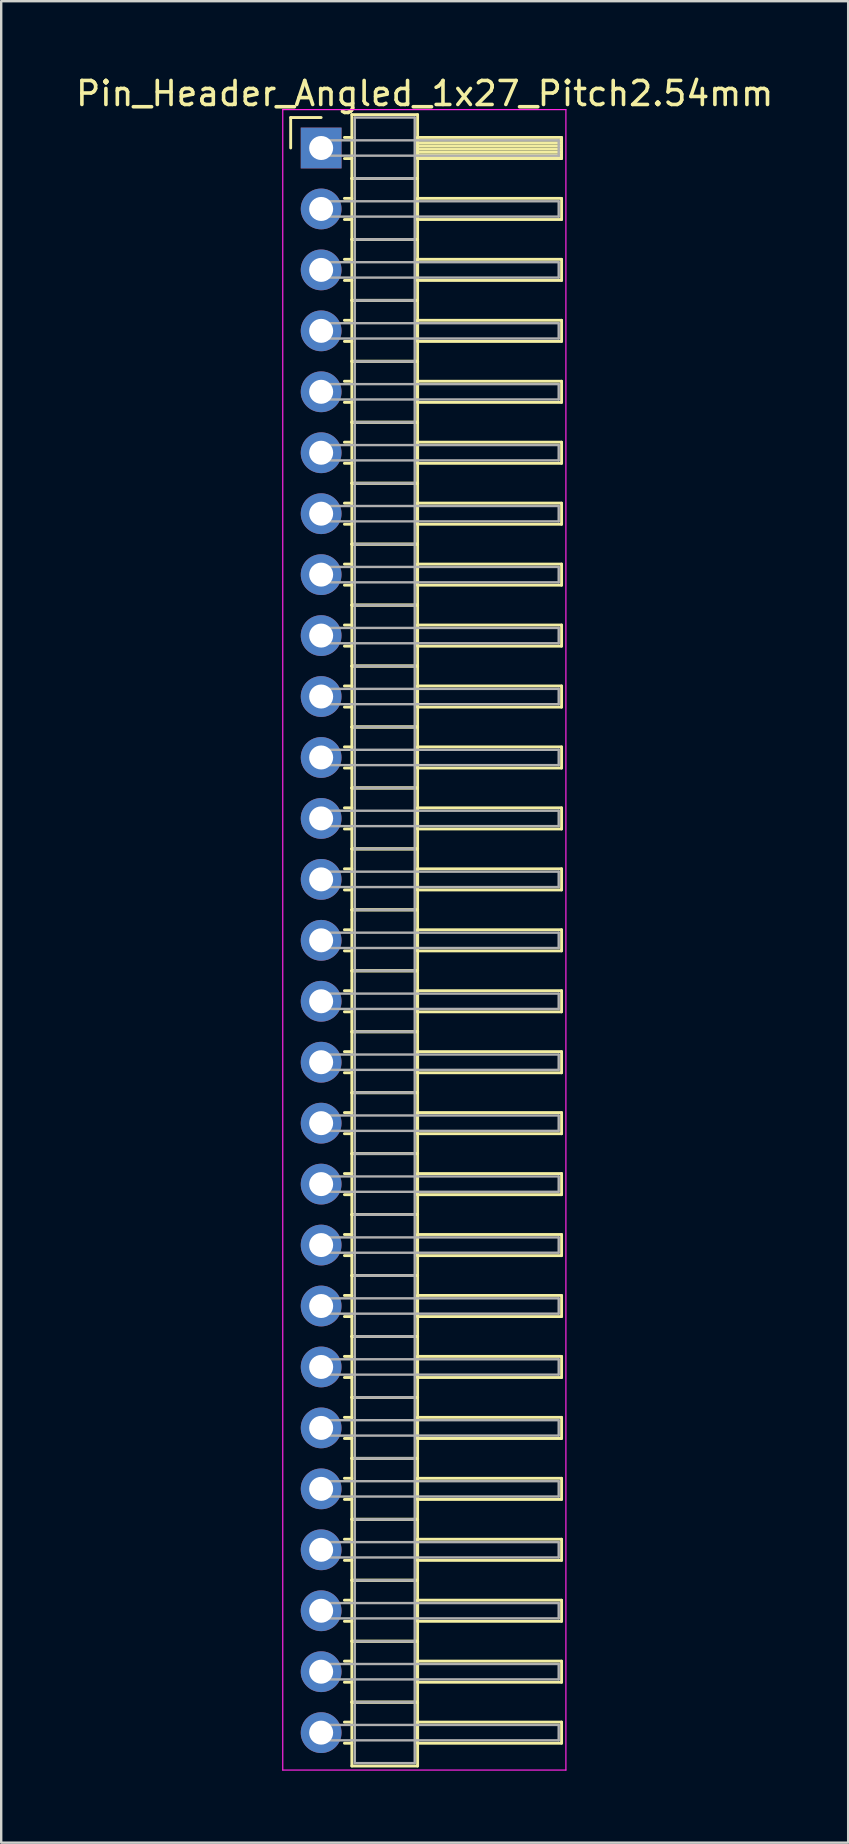
<source format=kicad_pcb>
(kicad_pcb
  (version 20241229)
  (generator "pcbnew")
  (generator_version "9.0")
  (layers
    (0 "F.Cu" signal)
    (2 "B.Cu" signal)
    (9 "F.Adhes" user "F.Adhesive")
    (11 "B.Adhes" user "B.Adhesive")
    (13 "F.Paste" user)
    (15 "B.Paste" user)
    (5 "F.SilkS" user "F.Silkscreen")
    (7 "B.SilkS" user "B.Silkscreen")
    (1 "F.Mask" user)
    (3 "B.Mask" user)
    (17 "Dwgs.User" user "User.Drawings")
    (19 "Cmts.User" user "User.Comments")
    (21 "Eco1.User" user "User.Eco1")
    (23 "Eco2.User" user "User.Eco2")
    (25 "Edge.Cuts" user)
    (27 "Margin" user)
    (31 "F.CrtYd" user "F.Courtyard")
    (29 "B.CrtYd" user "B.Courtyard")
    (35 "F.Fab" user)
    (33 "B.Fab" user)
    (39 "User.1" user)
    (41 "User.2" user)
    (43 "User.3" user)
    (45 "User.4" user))
  (footprint "Pin_Header_Angled_1x27_Pitch2.54mm"
    (layer "F.Cu")
    (at 10.334 3.118)
    (property "Reference" "Pin_Header_Angled_1x27_Pitch2.54mm" (at 4.315 -2.27 0) (layer "F.SilkS") (effects (font (size 1 1) (thickness 0.15))))
    (attr through_hole)
    (fp_line (start -1.27 -1.27) (end 0 -1.27) (stroke (width 0.12) (type solid)) (layer "F.SilkS"))
    (fp_line (start -1.27 0) (end -1.27 -1.27) (stroke (width 0.12) (type solid)) (layer "F.SilkS"))
    (fp_line (start 0.97 -0.44) (end 1.28 -0.44) (stroke (width 0.12) (type solid)) (layer "F.SilkS"))
    (fp_line (start 0.97 0.44) (end 1.28 0.44) (stroke (width 0.12) (type solid)) (layer "F.SilkS"))
    (fp_line (start 0.97 2.1) (end 1.28 2.1) (stroke (width 0.12) (type solid)) (layer "F.SilkS"))
    (fp_line (start 0.97 2.98) (end 1.28 2.98) (stroke (width 0.12) (type solid)) (layer "F.SilkS"))
    (fp_line (start 0.97 4.64) (end 1.28 4.64) (stroke (width 0.12) (type solid)) (layer "F.SilkS"))
    (fp_line (start 0.97 5.52) (end 1.28 5.52) (stroke (width 0.12) (type solid)) (layer "F.SilkS"))
    (fp_line (start 0.97 7.18) (end 1.28 7.18) (stroke (width 0.12) (type solid)) (layer "F.SilkS"))
    (fp_line (start 0.97 8.06) (end 1.28 8.06) (stroke (width 0.12) (type solid)) (layer "F.SilkS"))
    (fp_line (start 0.97 9.72) (end 1.28 9.72) (stroke (width 0.12) (type solid)) (layer "F.SilkS"))
    (fp_line (start 0.97 10.6) (end 1.28 10.6) (stroke (width 0.12) (type solid)) (layer "F.SilkS"))
    (fp_line (start 0.97 12.26) (end 1.28 12.26) (stroke (width 0.12) (type solid)) (layer "F.SilkS"))
    (fp_line (start 0.97 13.14) (end 1.28 13.14) (stroke (width 0.12) (type solid)) (layer "F.SilkS"))
    (fp_line (start 0.97 14.8) (end 1.28 14.8) (stroke (width 0.12) (type solid)) (layer "F.SilkS"))
    (fp_line (start 0.97 15.68) (end 1.28 15.68) (stroke (width 0.12) (type solid)) (layer "F.SilkS"))
    (fp_line (start 0.97 17.34) (end 1.28 17.34) (stroke (width 0.12) (type solid)) (layer "F.SilkS"))
    (fp_line (start 0.97 18.22) (end 1.28 18.22) (stroke (width 0.12) (type solid)) (layer "F.SilkS"))
    (fp_line (start 0.97 19.88) (end 1.28 19.88) (stroke (width 0.12) (type solid)) (layer "F.SilkS"))
    (fp_line (start 0.97 20.76) (end 1.28 20.76) (stroke (width 0.12) (type solid)) (layer "F.SilkS"))
    (fp_line (start 0.97 22.42) (end 1.28 22.42) (stroke (width 0.12) (type solid)) (layer "F.SilkS"))
    (fp_line (start 0.97 23.3) (end 1.28 23.3) (stroke (width 0.12) (type solid)) (layer "F.SilkS"))
    (fp_line (start 0.97 24.96) (end 1.28 24.96) (stroke (width 0.12) (type solid)) (layer "F.SilkS"))
    (fp_line (start 0.97 25.84) (end 1.28 25.84) (stroke (width 0.12) (type solid)) (layer "F.SilkS"))
    (fp_line (start 0.97 27.5) (end 1.28 27.5) (stroke (width 0.12) (type solid)) (layer "F.SilkS"))
    (fp_line (start 0.97 28.38) (end 1.28 28.38) (stroke (width 0.12) (type solid)) (layer "F.SilkS"))
    (fp_line (start 0.97 30.04) (end 1.28 30.04) (stroke (width 0.12) (type solid)) (layer "F.SilkS"))
    (fp_line (start 0.97 30.92) (end 1.28 30.92) (stroke (width 0.12) (type solid)) (layer "F.SilkS"))
    (fp_line (start 0.97 32.58) (end 1.28 32.58) (stroke (width 0.12) (type solid)) (layer "F.SilkS"))
    (fp_line (start 0.97 33.46) (end 1.28 33.46) (stroke (width 0.12) (type solid)) (layer "F.SilkS"))
    (fp_line (start 0.97 35.12) (end 1.28 35.12) (stroke (width 0.12) (type solid)) (layer "F.SilkS"))
    (fp_line (start 0.97 36) (end 1.28 36) (stroke (width 0.12) (type solid)) (layer "F.SilkS"))
    (fp_line (start 0.97 37.66) (end 1.28 37.66) (stroke (width 0.12) (type solid)) (layer "F.SilkS"))
    (fp_line (start 0.97 38.54) (end 1.28 38.54) (stroke (width 0.12) (type solid)) (layer "F.SilkS"))
    (fp_line (start 0.97 40.2) (end 1.28 40.2) (stroke (width 0.12) (type solid)) (layer "F.SilkS"))
    (fp_line (start 0.97 41.08) (end 1.28 41.08) (stroke (width 0.12) (type solid)) (layer "F.SilkS"))
    (fp_line (start 0.97 42.74) (end 1.28 42.74) (stroke (width 0.12) (type solid)) (layer "F.SilkS"))
    (fp_line (start 0.97 43.62) (end 1.28 43.62) (stroke (width 0.12) (type solid)) (layer "F.SilkS"))
    (fp_line (start 0.97 45.28) (end 1.28 45.28) (stroke (width 0.12) (type solid)) (layer "F.SilkS"))
    (fp_line (start 0.97 46.16) (end 1.28 46.16) (stroke (width 0.12) (type solid)) (layer "F.SilkS"))
    (fp_line (start 0.97 47.82) (end 1.28 47.82) (stroke (width 0.12) (type solid)) (layer "F.SilkS"))
    (fp_line (start 0.97 48.7) (end 1.28 48.7) (stroke (width 0.12) (type solid)) (layer "F.SilkS"))
    (fp_line (start 0.97 50.36) (end 1.28 50.36) (stroke (width 0.12) (type solid)) (layer "F.SilkS"))
    (fp_line (start 0.97 51.24) (end 1.28 51.24) (stroke (width 0.12) (type solid)) (layer "F.SilkS"))
    (fp_line (start 0.97 52.9) (end 1.28 52.9) (stroke (width 0.12) (type solid)) (layer "F.SilkS"))
    (fp_line (start 0.97 53.78) (end 1.28 53.78) (stroke (width 0.12) (type solid)) (layer "F.SilkS"))
    (fp_line (start 0.97 55.44) (end 1.28 55.44) (stroke (width 0.12) (type solid)) (layer "F.SilkS"))
    (fp_line (start 0.97 56.32) (end 1.28 56.32) (stroke (width 0.12) (type solid)) (layer "F.SilkS"))
    (fp_line (start 0.97 57.98) (end 1.28 57.98) (stroke (width 0.12) (type solid)) (layer "F.SilkS"))
    (fp_line (start 0.97 58.86) (end 1.28 58.86) (stroke (width 0.12) (type solid)) (layer "F.SilkS"))
    (fp_line (start 0.97 60.52) (end 1.28 60.52) (stroke (width 0.12) (type solid)) (layer "F.SilkS"))
    (fp_line (start 0.97 61.4) (end 1.28 61.4) (stroke (width 0.12) (type solid)) (layer "F.SilkS"))
    (fp_line (start 0.97 63.06) (end 1.28 63.06) (stroke (width 0.12) (type solid)) (layer "F.SilkS"))
    (fp_line (start 0.97 63.94) (end 1.28 63.94) (stroke (width 0.12) (type solid)) (layer "F.SilkS"))
    (fp_line (start 0.97 65.6) (end 1.28 65.6) (stroke (width 0.12) (type solid)) (layer "F.SilkS"))
    (fp_line (start 0.97 66.48) (end 1.28 66.48) (stroke (width 0.12) (type solid)) (layer "F.SilkS"))
    (fp_line (start 1.28 -1.39) (end 1.28 1.27) (stroke (width 0.12) (type solid)) (layer "F.SilkS"))
    (fp_line (start 1.28 1.27) (end 1.28 3.81) (stroke (width 0.12) (type solid)) (layer "F.SilkS"))
    (fp_line (start 1.28 1.27) (end 4.02 1.27) (stroke (width 0.12) (type solid)) (layer "F.SilkS"))
    (fp_line (start 1.28 3.81) (end 1.28 6.35) (stroke (width 0.12) (type solid)) (layer "F.SilkS"))
    (fp_line (start 1.28 3.81) (end 4.02 3.81) (stroke (width 0.12) (type solid)) (layer "F.SilkS"))
    (fp_line (start 1.28 6.35) (end 1.28 8.89) (stroke (width 0.12) (type solid)) (layer "F.SilkS"))
    (fp_line (start 1.28 6.35) (end 4.02 6.35) (stroke (width 0.12) (type solid)) (layer "F.SilkS"))
    (fp_line (start 1.28 8.89) (end 1.28 11.43) (stroke (width 0.12) (type solid)) (layer "F.SilkS"))
    (fp_line (start 1.28 8.89) (end 4.02 8.89) (stroke (width 0.12) (type solid)) (layer "F.SilkS"))
    (fp_line (start 1.28 11.43) (end 1.28 13.97) (stroke (width 0.12) (type solid)) (layer "F.SilkS"))
    (fp_line (start 1.28 11.43) (end 4.02 11.43) (stroke (width 0.12) (type solid)) (layer "F.SilkS"))
    (fp_line (start 1.28 13.97) (end 1.28 16.51) (stroke (width 0.12) (type solid)) (layer "F.SilkS"))
    (fp_line (start 1.28 13.97) (end 4.02 13.97) (stroke (width 0.12) (type solid)) (layer "F.SilkS"))
    (fp_line (start 1.28 16.51) (end 1.28 19.05) (stroke (width 0.12) (type solid)) (layer "F.SilkS"))
    (fp_line (start 1.28 16.51) (end 4.02 16.51) (stroke (width 0.12) (type solid)) (layer "F.SilkS"))
    (fp_line (start 1.28 19.05) (end 1.28 21.59) (stroke (width 0.12) (type solid)) (layer "F.SilkS"))
    (fp_line (start 1.28 19.05) (end 4.02 19.05) (stroke (width 0.12) (type solid)) (layer "F.SilkS"))
    (fp_line (start 1.28 21.59) (end 1.28 24.13) (stroke (width 0.12) (type solid)) (layer "F.SilkS"))
    (fp_line (start 1.28 21.59) (end 4.02 21.59) (stroke (width 0.12) (type solid)) (layer "F.SilkS"))
    (fp_line (start 1.28 24.13) (end 1.28 26.67) (stroke (width 0.12) (type solid)) (layer "F.SilkS"))
    (fp_line (start 1.28 24.13) (end 4.02 24.13) (stroke (width 0.12) (type solid)) (layer "F.SilkS"))
    (fp_line (start 1.28 26.67) (end 1.28 29.21) (stroke (width 0.12) (type solid)) (layer "F.SilkS"))
    (fp_line (start 1.28 26.67) (end 4.02 26.67) (stroke (width 0.12) (type solid)) (layer "F.SilkS"))
    (fp_line (start 1.28 29.21) (end 1.28 31.75) (stroke (width 0.12) (type solid)) (layer "F.SilkS"))
    (fp_line (start 1.28 29.21) (end 4.02 29.21) (stroke (width 0.12) (type solid)) (layer "F.SilkS"))
    (fp_line (start 1.28 31.75) (end 1.28 34.29) (stroke (width 0.12) (type solid)) (layer "F.SilkS"))
    (fp_line (start 1.28 31.75) (end 4.02 31.75) (stroke (width 0.12) (type solid)) (layer "F.SilkS"))
    (fp_line (start 1.28 34.29) (end 1.28 36.83) (stroke (width 0.12) (type solid)) (layer "F.SilkS"))
    (fp_line (start 1.28 34.29) (end 4.02 34.29) (stroke (width 0.12) (type solid)) (layer "F.SilkS"))
    (fp_line (start 1.28 36.83) (end 1.28 39.37) (stroke (width 0.12) (type solid)) (layer "F.SilkS"))
    (fp_line (start 1.28 36.83) (end 4.02 36.83) (stroke (width 0.12) (type solid)) (layer "F.SilkS"))
    (fp_line (start 1.28 39.37) (end 1.28 41.91) (stroke (width 0.12) (type solid)) (layer "F.SilkS"))
    (fp_line (start 1.28 39.37) (end 4.02 39.37) (stroke (width 0.12) (type solid)) (layer "F.SilkS"))
    (fp_line (start 1.28 41.91) (end 1.28 44.45) (stroke (width 0.12) (type solid)) (layer "F.SilkS"))
    (fp_line (start 1.28 41.91) (end 4.02 41.91) (stroke (width 0.12) (type solid)) (layer "F.SilkS"))
    (fp_line (start 1.28 44.45) (end 1.28 46.99) (stroke (width 0.12) (type solid)) (layer "F.SilkS"))
    (fp_line (start 1.28 44.45) (end 4.02 44.45) (stroke (width 0.12) (type solid)) (layer "F.SilkS"))
    (fp_line (start 1.28 46.99) (end 1.28 49.53) (stroke (width 0.12) (type solid)) (layer "F.SilkS"))
    (fp_line (start 1.28 46.99) (end 4.02 46.99) (stroke (width 0.12) (type solid)) (layer "F.SilkS"))
    (fp_line (start 1.28 49.53) (end 1.28 52.07) (stroke (width 0.12) (type solid)) (layer "F.SilkS"))
    (fp_line (start 1.28 49.53) (end 4.02 49.53) (stroke (width 0.12) (type solid)) (layer "F.SilkS"))
    (fp_line (start 1.28 52.07) (end 1.28 54.61) (stroke (width 0.12) (type solid)) (layer "F.SilkS"))
    (fp_line (start 1.28 52.07) (end 4.02 52.07) (stroke (width 0.12) (type solid)) (layer "F.SilkS"))
    (fp_line (start 1.28 54.61) (end 1.28 57.15) (stroke (width 0.12) (type solid)) (layer "F.SilkS"))
    (fp_line (start 1.28 54.61) (end 4.02 54.61) (stroke (width 0.12) (type solid)) (layer "F.SilkS"))
    (fp_line (start 1.28 57.15) (end 1.28 59.69) (stroke (width 0.12) (type solid)) (layer "F.SilkS"))
    (fp_line (start 1.28 57.15) (end 4.02 57.15) (stroke (width 0.12) (type solid)) (layer "F.SilkS"))
    (fp_line (start 1.28 59.69) (end 1.28 62.23) (stroke (width 0.12) (type solid)) (layer "F.SilkS"))
    (fp_line (start 1.28 59.69) (end 4.02 59.69) (stroke (width 0.12) (type solid)) (layer "F.SilkS"))
    (fp_line (start 1.28 62.23) (end 1.28 64.77) (stroke (width 0.12) (type solid)) (layer "F.SilkS"))
    (fp_line (start 1.28 62.23) (end 4.02 62.23) (stroke (width 0.12) (type solid)) (layer "F.SilkS"))
    (fp_line (start 1.28 64.77) (end 1.28 67.43) (stroke (width 0.12) (type solid)) (layer "F.SilkS"))
    (fp_line (start 1.28 64.77) (end 4.02 64.77) (stroke (width 0.12) (type solid)) (layer "F.SilkS"))
    (fp_line (start 1.28 67.43) (end 4.02 67.43) (stroke (width 0.12) (type solid)) (layer "F.SilkS"))
    (fp_line (start 4.02 -1.39) (end 1.28 -1.39) (stroke (width 0.12) (type solid)) (layer "F.SilkS"))
    (fp_line (start 4.02 -0.44) (end 4.02 0.44) (stroke (width 0.12) (type solid)) (layer "F.SilkS"))
    (fp_line (start 4.02 -0.32) (end 10.02 -0.32) (stroke (width 0.12) (type solid)) (layer "F.SilkS"))
    (fp_line (start 4.02 -0.2) (end 10.02 -0.2) (stroke (width 0.12) (type solid)) (layer "F.SilkS"))
    (fp_line (start 4.02 -0.08) (end 10.02 -0.08) (stroke (width 0.12) (type solid)) (layer "F.SilkS"))
    (fp_line (start 4.02 0.04) (end 10.02 0.04) (stroke (width 0.12) (type solid)) (layer "F.SilkS"))
    (fp_line (start 4.02 0.16) (end 10.02 0.16) (stroke (width 0.12) (type solid)) (layer "F.SilkS"))
    (fp_line (start 4.02 0.28) (end 10.02 0.28) (stroke (width 0.12) (type solid)) (layer "F.SilkS"))
    (fp_line (start 4.02 0.4) (end 10.02 0.4) (stroke (width 0.12) (type solid)) (layer "F.SilkS"))
    (fp_line (start 4.02 0.44) (end 10.02 0.44) (stroke (width 0.12) (type solid)) (layer "F.SilkS"))
    (fp_line (start 4.02 1.27) (end 1.28 1.27) (stroke (width 0.12) (type solid)) (layer "F.SilkS"))
    (fp_line (start 4.02 1.27) (end 4.02 -1.39) (stroke (width 0.12) (type solid)) (layer "F.SilkS"))
    (fp_line (start 4.02 2.1) (end 4.02 2.98) (stroke (width 0.12) (type solid)) (layer "F.SilkS"))
    (fp_line (start 4.02 2.98) (end 10.02 2.98) (stroke (width 0.12) (type solid)) (layer "F.SilkS"))
    (fp_line (start 4.02 3.81) (end 1.28 3.81) (stroke (width 0.12) (type solid)) (layer "F.SilkS"))
    (fp_line (start 4.02 3.81) (end 4.02 1.27) (stroke (width 0.12) (type solid)) (layer "F.SilkS"))
    (fp_line (start 4.02 4.64) (end 4.02 5.52) (stroke (width 0.12) (type solid)) (layer "F.SilkS"))
    (fp_line (start 4.02 5.52) (end 10.02 5.52) (stroke (width 0.12) (type solid)) (layer "F.SilkS"))
    (fp_line (start 4.02 6.35) (end 1.28 6.35) (stroke (width 0.12) (type solid)) (layer "F.SilkS"))
    (fp_line (start 4.02 6.35) (end 4.02 3.81) (stroke (width 0.12) (type solid)) (layer "F.SilkS"))
    (fp_line (start 4.02 7.18) (end 4.02 8.06) (stroke (width 0.12) (type solid)) (layer "F.SilkS"))
    (fp_line (start 4.02 8.06) (end 10.02 8.06) (stroke (width 0.12) (type solid)) (layer "F.SilkS"))
    (fp_line (start 4.02 8.89) (end 1.28 8.89) (stroke (width 0.12) (type solid)) (layer "F.SilkS"))
    (fp_line (start 4.02 8.89) (end 4.02 6.35) (stroke (width 0.12) (type solid)) (layer "F.SilkS"))
    (fp_line (start 4.02 9.72) (end 4.02 10.6) (stroke (width 0.12) (type solid)) (layer "F.SilkS"))
    (fp_line (start 4.02 10.6) (end 10.02 10.6) (stroke (width 0.12) (type solid)) (layer "F.SilkS"))
    (fp_line (start 4.02 11.43) (end 1.28 11.43) (stroke (width 0.12) (type solid)) (layer "F.SilkS"))
    (fp_line (start 4.02 11.43) (end 4.02 8.89) (stroke (width 0.12) (type solid)) (layer "F.SilkS"))
    (fp_line (start 4.02 12.26) (end 4.02 13.14) (stroke (width 0.12) (type solid)) (layer "F.SilkS"))
    (fp_line (start 4.02 13.14) (end 10.02 13.14) (stroke (width 0.12) (type solid)) (layer "F.SilkS"))
    (fp_line (start 4.02 13.97) (end 1.28 13.97) (stroke (width 0.12) (type solid)) (layer "F.SilkS"))
    (fp_line (start 4.02 13.97) (end 4.02 11.43) (stroke (width 0.12) (type solid)) (layer "F.SilkS"))
    (fp_line (start 4.02 14.8) (end 4.02 15.68) (stroke (width 0.12) (type solid)) (layer "F.SilkS"))
    (fp_line (start 4.02 15.68) (end 10.02 15.68) (stroke (width 0.12) (type solid)) (layer "F.SilkS"))
    (fp_line (start 4.02 16.51) (end 1.28 16.51) (stroke (width 0.12) (type solid)) (layer "F.SilkS"))
    (fp_line (start 4.02 16.51) (end 4.02 13.97) (stroke (width 0.12) (type solid)) (layer "F.SilkS"))
    (fp_line (start 4.02 17.34) (end 4.02 18.22) (stroke (width 0.12) (type solid)) (layer "F.SilkS"))
    (fp_line (start 4.02 18.22) (end 10.02 18.22) (stroke (width 0.12) (type solid)) (layer "F.SilkS"))
    (fp_line (start 4.02 19.05) (end 1.28 19.05) (stroke (width 0.12) (type solid)) (layer "F.SilkS"))
    (fp_line (start 4.02 19.05) (end 4.02 16.51) (stroke (width 0.12) (type solid)) (layer "F.SilkS"))
    (fp_line (start 4.02 19.88) (end 4.02 20.76) (stroke (width 0.12) (type solid)) (layer "F.SilkS"))
    (fp_line (start 4.02 20.76) (end 10.02 20.76) (stroke (width 0.12) (type solid)) (layer "F.SilkS"))
    (fp_line (start 4.02 21.59) (end 1.28 21.59) (stroke (width 0.12) (type solid)) (layer "F.SilkS"))
    (fp_line (start 4.02 21.59) (end 4.02 19.05) (stroke (width 0.12) (type solid)) (layer "F.SilkS"))
    (fp_line (start 4.02 22.42) (end 4.02 23.3) (stroke (width 0.12) (type solid)) (layer "F.SilkS"))
    (fp_line (start 4.02 23.3) (end 10.02 23.3) (stroke (width 0.12) (type solid)) (layer "F.SilkS"))
    (fp_line (start 4.02 24.13) (end 1.28 24.13) (stroke (width 0.12) (type solid)) (layer "F.SilkS"))
    (fp_line (start 4.02 24.13) (end 4.02 21.59) (stroke (width 0.12) (type solid)) (layer "F.SilkS"))
    (fp_line (start 4.02 24.96) (end 4.02 25.84) (stroke (width 0.12) (type solid)) (layer "F.SilkS"))
    (fp_line (start 4.02 25.84) (end 10.02 25.84) (stroke (width 0.12) (type solid)) (layer "F.SilkS"))
    (fp_line (start 4.02 26.67) (end 1.28 26.67) (stroke (width 0.12) (type solid)) (layer "F.SilkS"))
    (fp_line (start 4.02 26.67) (end 4.02 24.13) (stroke (width 0.12) (type solid)) (layer "F.SilkS"))
    (fp_line (start 4.02 27.5) (end 4.02 28.38) (stroke (width 0.12) (type solid)) (layer "F.SilkS"))
    (fp_line (start 4.02 28.38) (end 10.02 28.38) (stroke (width 0.12) (type solid)) (layer "F.SilkS"))
    (fp_line (start 4.02 29.21) (end 1.28 29.21) (stroke (width 0.12) (type solid)) (layer "F.SilkS"))
    (fp_line (start 4.02 29.21) (end 4.02 26.67) (stroke (width 0.12) (type solid)) (layer "F.SilkS"))
    (fp_line (start 4.02 30.04) (end 4.02 30.92) (stroke (width 0.12) (type solid)) (layer "F.SilkS"))
    (fp_line (start 4.02 30.92) (end 10.02 30.92) (stroke (width 0.12) (type solid)) (layer "F.SilkS"))
    (fp_line (start 4.02 31.75) (end 1.28 31.75) (stroke (width 0.12) (type solid)) (layer "F.SilkS"))
    (fp_line (start 4.02 31.75) (end 4.02 29.21) (stroke (width 0.12) (type solid)) (layer "F.SilkS"))
    (fp_line (start 4.02 32.58) (end 4.02 33.46) (stroke (width 0.12) (type solid)) (layer "F.SilkS"))
    (fp_line (start 4.02 33.46) (end 10.02 33.46) (stroke (width 0.12) (type solid)) (layer "F.SilkS"))
    (fp_line (start 4.02 34.29) (end 1.28 34.29) (stroke (width 0.12) (type solid)) (layer "F.SilkS"))
    (fp_line (start 4.02 34.29) (end 4.02 31.75) (stroke (width 0.12) (type solid)) (layer "F.SilkS"))
    (fp_line (start 4.02 35.12) (end 4.02 36) (stroke (width 0.12) (type solid)) (layer "F.SilkS"))
    (fp_line (start 4.02 36) (end 10.02 36) (stroke (width 0.12) (type solid)) (layer "F.SilkS"))
    (fp_line (start 4.02 36.83) (end 1.28 36.83) (stroke (width 0.12) (type solid)) (layer "F.SilkS"))
    (fp_line (start 4.02 36.83) (end 4.02 34.29) (stroke (width 0.12) (type solid)) (layer "F.SilkS"))
    (fp_line (start 4.02 37.66) (end 4.02 38.54) (stroke (width 0.12) (type solid)) (layer "F.SilkS"))
    (fp_line (start 4.02 38.54) (end 10.02 38.54) (stroke (width 0.12) (type solid)) (layer "F.SilkS"))
    (fp_line (start 4.02 39.37) (end 1.28 39.37) (stroke (width 0.12) (type solid)) (layer "F.SilkS"))
    (fp_line (start 4.02 39.37) (end 4.02 36.83) (stroke (width 0.12) (type solid)) (layer "F.SilkS"))
    (fp_line (start 4.02 40.2) (end 4.02 41.08) (stroke (width 0.12) (type solid)) (layer "F.SilkS"))
    (fp_line (start 4.02 41.08) (end 10.02 41.08) (stroke (width 0.12) (type solid)) (layer "F.SilkS"))
    (fp_line (start 4.02 41.91) (end 1.28 41.91) (stroke (width 0.12) (type solid)) (layer "F.SilkS"))
    (fp_line (start 4.02 41.91) (end 4.02 39.37) (stroke (width 0.12) (type solid)) (layer "F.SilkS"))
    (fp_line (start 4.02 42.74) (end 4.02 43.62) (stroke (width 0.12) (type solid)) (layer "F.SilkS"))
    (fp_line (start 4.02 43.62) (end 10.02 43.62) (stroke (width 0.12) (type solid)) (layer "F.SilkS"))
    (fp_line (start 4.02 44.45) (end 1.28 44.45) (stroke (width 0.12) (type solid)) (layer "F.SilkS"))
    (fp_line (start 4.02 44.45) (end 4.02 41.91) (stroke (width 0.12) (type solid)) (layer "F.SilkS"))
    (fp_line (start 4.02 45.28) (end 4.02 46.16) (stroke (width 0.12) (type solid)) (layer "F.SilkS"))
    (fp_line (start 4.02 46.16) (end 10.02 46.16) (stroke (width 0.12) (type solid)) (layer "F.SilkS"))
    (fp_line (start 4.02 46.99) (end 1.28 46.99) (stroke (width 0.12) (type solid)) (layer "F.SilkS"))
    (fp_line (start 4.02 46.99) (end 4.02 44.45) (stroke (width 0.12) (type solid)) (layer "F.SilkS"))
    (fp_line (start 4.02 47.82) (end 4.02 48.7) (stroke (width 0.12) (type solid)) (layer "F.SilkS"))
    (fp_line (start 4.02 48.7) (end 10.02 48.7) (stroke (width 0.12) (type solid)) (layer "F.SilkS"))
    (fp_line (start 4.02 49.53) (end 1.28 49.53) (stroke (width 0.12) (type solid)) (layer "F.SilkS"))
    (fp_line (start 4.02 49.53) (end 4.02 46.99) (stroke (width 0.12) (type solid)) (layer "F.SilkS"))
    (fp_line (start 4.02 50.36) (end 4.02 51.24) (stroke (width 0.12) (type solid)) (layer "F.SilkS"))
    (fp_line (start 4.02 51.24) (end 10.02 51.24) (stroke (width 0.12) (type solid)) (layer "F.SilkS"))
    (fp_line (start 4.02 52.07) (end 1.28 52.07) (stroke (width 0.12) (type solid)) (layer "F.SilkS"))
    (fp_line (start 4.02 52.07) (end 4.02 49.53) (stroke (width 0.12) (type solid)) (layer "F.SilkS"))
    (fp_line (start 4.02 52.9) (end 4.02 53.78) (stroke (width 0.12) (type solid)) (layer "F.SilkS"))
    (fp_line (start 4.02 53.78) (end 10.02 53.78) (stroke (width 0.12) (type solid)) (layer "F.SilkS"))
    (fp_line (start 4.02 54.61) (end 1.28 54.61) (stroke (width 0.12) (type solid)) (layer "F.SilkS"))
    (fp_line (start 4.02 54.61) (end 4.02 52.07) (stroke (width 0.12) (type solid)) (layer "F.SilkS"))
    (fp_line (start 4.02 55.44) (end 4.02 56.32) (stroke (width 0.12) (type solid)) (layer "F.SilkS"))
    (fp_line (start 4.02 56.32) (end 10.02 56.32) (stroke (width 0.12) (type solid)) (layer "F.SilkS"))
    (fp_line (start 4.02 57.15) (end 1.28 57.15) (stroke (width 0.12) (type solid)) (layer "F.SilkS"))
    (fp_line (start 4.02 57.15) (end 4.02 54.61) (stroke (width 0.12) (type solid)) (layer "F.SilkS"))
    (fp_line (start 4.02 57.98) (end 4.02 58.86) (stroke (width 0.12) (type solid)) (layer "F.SilkS"))
    (fp_line (start 4.02 58.86) (end 10.02 58.86) (stroke (width 0.12) (type solid)) (layer "F.SilkS"))
    (fp_line (start 4.02 59.69) (end 1.28 59.69) (stroke (width 0.12) (type solid)) (layer "F.SilkS"))
    (fp_line (start 4.02 59.69) (end 4.02 57.15) (stroke (width 0.12) (type solid)) (layer "F.SilkS"))
    (fp_line (start 4.02 60.52) (end 4.02 61.4) (stroke (width 0.12) (type solid)) (layer "F.SilkS"))
    (fp_line (start 4.02 61.4) (end 10.02 61.4) (stroke (width 0.12) (type solid)) (layer "F.SilkS"))
    (fp_line (start 4.02 62.23) (end 1.28 62.23) (stroke (width 0.12) (type solid)) (layer "F.SilkS"))
    (fp_line (start 4.02 62.23) (end 4.02 59.69) (stroke (width 0.12) (type solid)) (layer "F.SilkS"))
    (fp_line (start 4.02 63.06) (end 4.02 63.94) (stroke (width 0.12) (type solid)) (layer "F.SilkS"))
    (fp_line (start 4.02 63.94) (end 10.02 63.94) (stroke (width 0.12) (type solid)) (layer "F.SilkS"))
    (fp_line (start 4.02 64.77) (end 1.28 64.77) (stroke (width 0.12) (type solid)) (layer "F.SilkS"))
    (fp_line (start 4.02 64.77) (end 4.02 62.23) (stroke (width 0.12) (type solid)) (layer "F.SilkS"))
    (fp_line (start 4.02 65.6) (end 4.02 66.48) (stroke (width 0.12) (type solid)) (layer "F.SilkS"))
    (fp_line (start 4.02 66.48) (end 10.02 66.48) (stroke (width 0.12) (type solid)) (layer "F.SilkS"))
    (fp_line (start 4.02 67.43) (end 4.02 64.77) (stroke (width 0.12) (type solid)) (layer "F.SilkS"))
    (fp_line (start 10.02 -0.44) (end 4.02 -0.44) (stroke (width 0.12) (type solid)) (layer "F.SilkS"))
    (fp_line (start 10.02 0.44) (end 10.02 -0.44) (stroke (width 0.12) (type solid)) (layer "F.SilkS"))
    (fp_line (start 10.02 2.1) (end 4.02 2.1) (stroke (width 0.12) (type solid)) (layer "F.SilkS"))
    (fp_line (start 10.02 2.98) (end 10.02 2.1) (stroke (width 0.12) (type solid)) (layer "F.SilkS"))
    (fp_line (start 10.02 4.64) (end 4.02 4.64) (stroke (width 0.12) (type solid)) (layer "F.SilkS"))
    (fp_line (start 10.02 5.52) (end 10.02 4.64) (stroke (width 0.12) (type solid)) (layer "F.SilkS"))
    (fp_line (start 10.02 7.18) (end 4.02 7.18) (stroke (width 0.12) (type solid)) (layer "F.SilkS"))
    (fp_line (start 10.02 8.06) (end 10.02 7.18) (stroke (width 0.12) (type solid)) (layer "F.SilkS"))
    (fp_line (start 10.02 9.72) (end 4.02 9.72) (stroke (width 0.12) (type solid)) (layer "F.SilkS"))
    (fp_line (start 10.02 10.6) (end 10.02 9.72) (stroke (width 0.12) (type solid)) (layer "F.SilkS"))
    (fp_line (start 10.02 12.26) (end 4.02 12.26) (stroke (width 0.12) (type solid)) (layer "F.SilkS"))
    (fp_line (start 10.02 13.14) (end 10.02 12.26) (stroke (width 0.12) (type solid)) (layer "F.SilkS"))
    (fp_line (start 10.02 14.8) (end 4.02 14.8) (stroke (width 0.12) (type solid)) (layer "F.SilkS"))
    (fp_line (start 10.02 15.68) (end 10.02 14.8) (stroke (width 0.12) (type solid)) (layer "F.SilkS"))
    (fp_line (start 10.02 17.34) (end 4.02 17.34) (stroke (width 0.12) (type solid)) (layer "F.SilkS"))
    (fp_line (start 10.02 18.22) (end 10.02 17.34) (stroke (width 0.12) (type solid)) (layer "F.SilkS"))
    (fp_line (start 10.02 19.88) (end 4.02 19.88) (stroke (width 0.12) (type solid)) (layer "F.SilkS"))
    (fp_line (start 10.02 20.76) (end 10.02 19.88) (stroke (width 0.12) (type solid)) (layer "F.SilkS"))
    (fp_line (start 10.02 22.42) (end 4.02 22.42) (stroke (width 0.12) (type solid)) (layer "F.SilkS"))
    (fp_line (start 10.02 23.3) (end 10.02 22.42) (stroke (width 0.12) (type solid)) (layer "F.SilkS"))
    (fp_line (start 10.02 24.96) (end 4.02 24.96) (stroke (width 0.12) (type solid)) (layer "F.SilkS"))
    (fp_line (start 10.02 25.84) (end 10.02 24.96) (stroke (width 0.12) (type solid)) (layer "F.SilkS"))
    (fp_line (start 10.02 27.5) (end 4.02 27.5) (stroke (width 0.12) (type solid)) (layer "F.SilkS"))
    (fp_line (start 10.02 28.38) (end 10.02 27.5) (stroke (width 0.12) (type solid)) (layer "F.SilkS"))
    (fp_line (start 10.02 30.04) (end 4.02 30.04) (stroke (width 0.12) (type solid)) (layer "F.SilkS"))
    (fp_line (start 10.02 30.92) (end 10.02 30.04) (stroke (width 0.12) (type solid)) (layer "F.SilkS"))
    (fp_line (start 10.02 32.58) (end 4.02 32.58) (stroke (width 0.12) (type solid)) (layer "F.SilkS"))
    (fp_line (start 10.02 33.46) (end 10.02 32.58) (stroke (width 0.12) (type solid)) (layer "F.SilkS"))
    (fp_line (start 10.02 35.12) (end 4.02 35.12) (stroke (width 0.12) (type solid)) (layer "F.SilkS"))
    (fp_line (start 10.02 36) (end 10.02 35.12) (stroke (width 0.12) (type solid)) (layer "F.SilkS"))
    (fp_line (start 10.02 37.66) (end 4.02 37.66) (stroke (width 0.12) (type solid)) (layer "F.SilkS"))
    (fp_line (start 10.02 38.54) (end 10.02 37.66) (stroke (width 0.12) (type solid)) (layer "F.SilkS"))
    (fp_line (start 10.02 40.2) (end 4.02 40.2) (stroke (width 0.12) (type solid)) (layer "F.SilkS"))
    (fp_line (start 10.02 41.08) (end 10.02 40.2) (stroke (width 0.12) (type solid)) (layer "F.SilkS"))
    (fp_line (start 10.02 42.74) (end 4.02 42.74) (stroke (width 0.12) (type solid)) (layer "F.SilkS"))
    (fp_line (start 10.02 43.62) (end 10.02 42.74) (stroke (width 0.12) (type solid)) (layer "F.SilkS"))
    (fp_line (start 10.02 45.28) (end 4.02 45.28) (stroke (width 0.12) (type solid)) (layer "F.SilkS"))
    (fp_line (start 10.02 46.16) (end 10.02 45.28) (stroke (width 0.12) (type solid)) (layer "F.SilkS"))
    (fp_line (start 10.02 47.82) (end 4.02 47.82) (stroke (width 0.12) (type solid)) (layer "F.SilkS"))
    (fp_line (start 10.02 48.7) (end 10.02 47.82) (stroke (width 0.12) (type solid)) (layer "F.SilkS"))
    (fp_line (start 10.02 50.36) (end 4.02 50.36) (stroke (width 0.12) (type solid)) (layer "F.SilkS"))
    (fp_line (start 10.02 51.24) (end 10.02 50.36) (stroke (width 0.12) (type solid)) (layer "F.SilkS"))
    (fp_line (start 10.02 52.9) (end 4.02 52.9) (stroke (width 0.12) (type solid)) (layer "F.SilkS"))
    (fp_line (start 10.02 53.78) (end 10.02 52.9) (stroke (width 0.12) (type solid)) (layer "F.SilkS"))
    (fp_line (start 10.02 55.44) (end 4.02 55.44) (stroke (width 0.12) (type solid)) (layer "F.SilkS"))
    (fp_line (start 10.02 56.32) (end 10.02 55.44) (stroke (width 0.12) (type solid)) (layer "F.SilkS"))
    (fp_line (start 10.02 57.98) (end 4.02 57.98) (stroke (width 0.12) (type solid)) (layer "F.SilkS"))
    (fp_line (start 10.02 58.86) (end 10.02 57.98) (stroke (width 0.12) (type solid)) (layer "F.SilkS"))
    (fp_line (start 10.02 60.52) (end 4.02 60.52) (stroke (width 0.12) (type solid)) (layer "F.SilkS"))
    (fp_line (start 10.02 61.4) (end 10.02 60.52) (stroke (width 0.12) (type solid)) (layer "F.SilkS"))
    (fp_line (start 10.02 63.06) (end 4.02 63.06) (stroke (width 0.12) (type solid)) (layer "F.SilkS"))
    (fp_line (start 10.02 63.94) (end 10.02 63.06) (stroke (width 0.12) (type solid)) (layer "F.SilkS"))
    (fp_line (start 10.02 65.6) (end 4.02 65.6) (stroke (width 0.12) (type solid)) (layer "F.SilkS"))
    (fp_line (start 10.02 66.48) (end 10.02 65.6) (stroke (width 0.12) (type solid)) (layer "F.SilkS"))
    (fp_line (start -1.6 -1.6) (end -1.6 67.6) (stroke (width 0.05) (type solid)) (layer "F.CrtYd"))
    (fp_line (start -1.6 67.6) (end 10.2 67.6) (stroke (width 0.05) (type solid)) (layer "F.CrtYd"))
    (fp_line (start 10.2 -1.6) (end -1.6 -1.6) (stroke (width 0.05) (type solid)) (layer "F.CrtYd"))
    (fp_line (start 10.2 67.6) (end 10.2 -1.6) (stroke (width 0.05) (type solid)) (layer "F.CrtYd"))
    (fp_line (start 0 -0.32) (end 0 0.32) (stroke (width 0.1) (type solid)) (layer "F.Fab"))
    (fp_line (start 0 0.32) (end 9.9 0.32) (stroke (width 0.1) (type solid)) (layer "F.Fab"))
    (fp_line (start 0 2.22) (end 0 2.86) (stroke (width 0.1) (type solid)) (layer "F.Fab"))
    (fp_line (start 0 2.86) (end 9.9 2.86) (stroke (width 0.1) (type solid)) (layer "F.Fab"))
    (fp_line (start 0 4.76) (end 0 5.4) (stroke (width 0.1) (type solid)) (layer "F.Fab"))
    (fp_line (start 0 5.4) (end 9.9 5.4) (stroke (width 0.1) (type solid)) (layer "F.Fab"))
    (fp_line (start 0 7.3) (end 0 7.94) (stroke (width 0.1) (type solid)) (layer "F.Fab"))
    (fp_line (start 0 7.94) (end 9.9 7.94) (stroke (width 0.1) (type solid)) (layer "F.Fab"))
    (fp_line (start 0 9.84) (end 0 10.48) (stroke (width 0.1) (type solid)) (layer "F.Fab"))
    (fp_line (start 0 10.48) (end 9.9 10.48) (stroke (width 0.1) (type solid)) (layer "F.Fab"))
    (fp_line (start 0 12.38) (end 0 13.02) (stroke (width 0.1) (type solid)) (layer "F.Fab"))
    (fp_line (start 0 13.02) (end 9.9 13.02) (stroke (width 0.1) (type solid)) (layer "F.Fab"))
    (fp_line (start 0 14.92) (end 0 15.56) (stroke (width 0.1) (type solid)) (layer "F.Fab"))
    (fp_line (start 0 15.56) (end 9.9 15.56) (stroke (width 0.1) (type solid)) (layer "F.Fab"))
    (fp_line (start 0 17.46) (end 0 18.1) (stroke (width 0.1) (type solid)) (layer "F.Fab"))
    (fp_line (start 0 18.1) (end 9.9 18.1) (stroke (width 0.1) (type solid)) (layer "F.Fab"))
    (fp_line (start 0 20) (end 0 20.64) (stroke (width 0.1) (type solid)) (layer "F.Fab"))
    (fp_line (start 0 20.64) (end 9.9 20.64) (stroke (width 0.1) (type solid)) (layer "F.Fab"))
    (fp_line (start 0 22.54) (end 0 23.18) (stroke (width 0.1) (type solid)) (layer "F.Fab"))
    (fp_line (start 0 23.18) (end 9.9 23.18) (stroke (width 0.1) (type solid)) (layer "F.Fab"))
    (fp_line (start 0 25.08) (end 0 25.72) (stroke (width 0.1) (type solid)) (layer "F.Fab"))
    (fp_line (start 0 25.72) (end 9.9 25.72) (stroke (width 0.1) (type solid)) (layer "F.Fab"))
    (fp_line (start 0 27.62) (end 0 28.26) (stroke (width 0.1) (type solid)) (layer "F.Fab"))
    (fp_line (start 0 28.26) (end 9.9 28.26) (stroke (width 0.1) (type solid)) (layer "F.Fab"))
    (fp_line (start 0 30.16) (end 0 30.8) (stroke (width 0.1) (type solid)) (layer "F.Fab"))
    (fp_line (start 0 30.8) (end 9.9 30.8) (stroke (width 0.1) (type solid)) (layer "F.Fab"))
    (fp_line (start 0 32.7) (end 0 33.34) (stroke (width 0.1) (type solid)) (layer "F.Fab"))
    (fp_line (start 0 33.34) (end 9.9 33.34) (stroke (width 0.1) (type solid)) (layer "F.Fab"))
    (fp_line (start 0 35.24) (end 0 35.88) (stroke (width 0.1) (type solid)) (layer "F.Fab"))
    (fp_line (start 0 35.88) (end 9.9 35.88) (stroke (width 0.1) (type solid)) (layer "F.Fab"))
    (fp_line (start 0 37.78) (end 0 38.42) (stroke (width 0.1) (type solid)) (layer "F.Fab"))
    (fp_line (start 0 38.42) (end 9.9 38.42) (stroke (width 0.1) (type solid)) (layer "F.Fab"))
    (fp_line (start 0 40.32) (end 0 40.96) (stroke (width 0.1) (type solid)) (layer "F.Fab"))
    (fp_line (start 0 40.96) (end 9.9 40.96) (stroke (width 0.1) (type solid)) (layer "F.Fab"))
    (fp_line (start 0 42.86) (end 0 43.5) (stroke (width 0.1) (type solid)) (layer "F.Fab"))
    (fp_line (start 0 43.5) (end 9.9 43.5) (stroke (width 0.1) (type solid)) (layer "F.Fab"))
    (fp_line (start 0 45.4) (end 0 46.04) (stroke (width 0.1) (type solid)) (layer "F.Fab"))
    (fp_line (start 0 46.04) (end 9.9 46.04) (stroke (width 0.1) (type solid)) (layer "F.Fab"))
    (fp_line (start 0 47.94) (end 0 48.58) (stroke (width 0.1) (type solid)) (layer "F.Fab"))
    (fp_line (start 0 48.58) (end 9.9 48.58) (stroke (width 0.1) (type solid)) (layer "F.Fab"))
    (fp_line (start 0 50.48) (end 0 51.12) (stroke (width 0.1) (type solid)) (layer "F.Fab"))
    (fp_line (start 0 51.12) (end 9.9 51.12) (stroke (width 0.1) (type solid)) (layer "F.Fab"))
    (fp_line (start 0 53.02) (end 0 53.66) (stroke (width 0.1) (type solid)) (layer "F.Fab"))
    (fp_line (start 0 53.66) (end 9.9 53.66) (stroke (width 0.1) (type solid)) (layer "F.Fab"))
    (fp_line (start 0 55.56) (end 0 56.2) (stroke (width 0.1) (type solid)) (layer "F.Fab"))
    (fp_line (start 0 56.2) (end 9.9 56.2) (stroke (width 0.1) (type solid)) (layer "F.Fab"))
    (fp_line (start 0 58.1) (end 0 58.74) (stroke (width 0.1) (type solid)) (layer "F.Fab"))
    (fp_line (start 0 58.74) (end 9.9 58.74) (stroke (width 0.1) (type solid)) (layer "F.Fab"))
    (fp_line (start 0 60.64) (end 0 61.28) (stroke (width 0.1) (type solid)) (layer "F.Fab"))
    (fp_line (start 0 61.28) (end 9.9 61.28) (stroke (width 0.1) (type solid)) (layer "F.Fab"))
    (fp_line (start 0 63.18) (end 0 63.82) (stroke (width 0.1) (type solid)) (layer "F.Fab"))
    (fp_line (start 0 63.82) (end 9.9 63.82) (stroke (width 0.1) (type solid)) (layer "F.Fab"))
    (fp_line (start 0 65.72) (end 0 66.36) (stroke (width 0.1) (type solid)) (layer "F.Fab"))
    (fp_line (start 0 66.36) (end 9.9 66.36) (stroke (width 0.1) (type solid)) (layer "F.Fab"))
    (fp_line (start 1.4 -1.27) (end 1.4 1.27) (stroke (width 0.1) (type solid)) (layer "F.Fab"))
    (fp_line (start 1.4 1.27) (end 1.4 3.81) (stroke (width 0.1) (type solid)) (layer "F.Fab"))
    (fp_line (start 1.4 1.27) (end 3.9 1.27) (stroke (width 0.1) (type solid)) (layer "F.Fab"))
    (fp_line (start 1.4 3.81) (end 1.4 6.35) (stroke (width 0.1) (type solid)) (layer "F.Fab"))
    (fp_line (start 1.4 3.81) (end 3.9 3.81) (stroke (width 0.1) (type solid)) (layer "F.Fab"))
    (fp_line (start 1.4 6.35) (end 1.4 8.89) (stroke (width 0.1) (type solid)) (layer "F.Fab"))
    (fp_line (start 1.4 6.35) (end 3.9 6.35) (stroke (width 0.1) (type solid)) (layer "F.Fab"))
    (fp_line (start 1.4 8.89) (end 1.4 11.43) (stroke (width 0.1) (type solid)) (layer "F.Fab"))
    (fp_line (start 1.4 8.89) (end 3.9 8.89) (stroke (width 0.1) (type solid)) (layer "F.Fab"))
    (fp_line (start 1.4 11.43) (end 1.4 13.97) (stroke (width 0.1) (type solid)) (layer "F.Fab"))
    (fp_line (start 1.4 11.43) (end 3.9 11.43) (stroke (width 0.1) (type solid)) (layer "F.Fab"))
    (fp_line (start 1.4 13.97) (end 1.4 16.51) (stroke (width 0.1) (type solid)) (layer "F.Fab"))
    (fp_line (start 1.4 13.97) (end 3.9 13.97) (stroke (width 0.1) (type solid)) (layer "F.Fab"))
    (fp_line (start 1.4 16.51) (end 1.4 19.05) (stroke (width 0.1) (type solid)) (layer "F.Fab"))
    (fp_line (start 1.4 16.51) (end 3.9 16.51) (stroke (width 0.1) (type solid)) (layer "F.Fab"))
    (fp_line (start 1.4 19.05) (end 1.4 21.59) (stroke (width 0.1) (type solid)) (layer "F.Fab"))
    (fp_line (start 1.4 19.05) (end 3.9 19.05) (stroke (width 0.1) (type solid)) (layer "F.Fab"))
    (fp_line (start 1.4 21.59) (end 1.4 24.13) (stroke (width 0.1) (type solid)) (layer "F.Fab"))
    (fp_line (start 1.4 21.59) (end 3.9 21.59) (stroke (width 0.1) (type solid)) (layer "F.Fab"))
    (fp_line (start 1.4 24.13) (end 1.4 26.67) (stroke (width 0.1) (type solid)) (layer "F.Fab"))
    (fp_line (start 1.4 24.13) (end 3.9 24.13) (stroke (width 0.1) (type solid)) (layer "F.Fab"))
    (fp_line (start 1.4 26.67) (end 1.4 29.21) (stroke (width 0.1) (type solid)) (layer "F.Fab"))
    (fp_line (start 1.4 26.67) (end 3.9 26.67) (stroke (width 0.1) (type solid)) (layer "F.Fab"))
    (fp_line (start 1.4 29.21) (end 1.4 31.75) (stroke (width 0.1) (type solid)) (layer "F.Fab"))
    (fp_line (start 1.4 29.21) (end 3.9 29.21) (stroke (width 0.1) (type solid)) (layer "F.Fab"))
    (fp_line (start 1.4 31.75) (end 1.4 34.29) (stroke (width 0.1) (type solid)) (layer "F.Fab"))
    (fp_line (start 1.4 31.75) (end 3.9 31.75) (stroke (width 0.1) (type solid)) (layer "F.Fab"))
    (fp_line (start 1.4 34.29) (end 1.4 36.83) (stroke (width 0.1) (type solid)) (layer "F.Fab"))
    (fp_line (start 1.4 34.29) (end 3.9 34.29) (stroke (width 0.1) (type solid)) (layer "F.Fab"))
    (fp_line (start 1.4 36.83) (end 1.4 39.37) (stroke (width 0.1) (type solid)) (layer "F.Fab"))
    (fp_line (start 1.4 36.83) (end 3.9 36.83) (stroke (width 0.1) (type solid)) (layer "F.Fab"))
    (fp_line (start 1.4 39.37) (end 1.4 41.91) (stroke (width 0.1) (type solid)) (layer "F.Fab"))
    (fp_line (start 1.4 39.37) (end 3.9 39.37) (stroke (width 0.1) (type solid)) (layer "F.Fab"))
    (fp_line (start 1.4 41.91) (end 1.4 44.45) (stroke (width 0.1) (type solid)) (layer "F.Fab"))
    (fp_line (start 1.4 41.91) (end 3.9 41.91) (stroke (width 0.1) (type solid)) (layer "F.Fab"))
    (fp_line (start 1.4 44.45) (end 1.4 46.99) (stroke (width 0.1) (type solid)) (layer "F.Fab"))
    (fp_line (start 1.4 44.45) (end 3.9 44.45) (stroke (width 0.1) (type solid)) (layer "F.Fab"))
    (fp_line (start 1.4 46.99) (end 1.4 49.53) (stroke (width 0.1) (type solid)) (layer "F.Fab"))
    (fp_line (start 1.4 46.99) (end 3.9 46.99) (stroke (width 0.1) (type solid)) (layer "F.Fab"))
    (fp_line (start 1.4 49.53) (end 1.4 52.07) (stroke (width 0.1) (type solid)) (layer "F.Fab"))
    (fp_line (start 1.4 49.53) (end 3.9 49.53) (stroke (width 0.1) (type solid)) (layer "F.Fab"))
    (fp_line (start 1.4 52.07) (end 1.4 54.61) (stroke (width 0.1) (type solid)) (layer "F.Fab"))
    (fp_line (start 1.4 52.07) (end 3.9 52.07) (stroke (width 0.1) (type solid)) (layer "F.Fab"))
    (fp_line (start 1.4 54.61) (end 1.4 57.15) (stroke (width 0.1) (type solid)) (layer "F.Fab"))
    (fp_line (start 1.4 54.61) (end 3.9 54.61) (stroke (width 0.1) (type solid)) (layer "F.Fab"))
    (fp_line (start 1.4 57.15) (end 1.4 59.69) (stroke (width 0.1) (type solid)) (layer "F.Fab"))
    (fp_line (start 1.4 57.15) (end 3.9 57.15) (stroke (width 0.1) (type solid)) (layer "F.Fab"))
    (fp_line (start 1.4 59.69) (end 1.4 62.23) (stroke (width 0.1) (type solid)) (layer "F.Fab"))
    (fp_line (start 1.4 59.69) (end 3.9 59.69) (stroke (width 0.1) (type solid)) (layer "F.Fab"))
    (fp_line (start 1.4 62.23) (end 1.4 64.77) (stroke (width 0.1) (type solid)) (layer "F.Fab"))
    (fp_line (start 1.4 62.23) (end 3.9 62.23) (stroke (width 0.1) (type solid)) (layer "F.Fab"))
    (fp_line (start 1.4 64.77) (end 1.4 67.31) (stroke (width 0.1) (type solid)) (layer "F.Fab"))
    (fp_line (start 1.4 64.77) (end 3.9 64.77) (stroke (width 0.1) (type solid)) (layer "F.Fab"))
    (fp_line (start 1.4 67.31) (end 3.9 67.31) (stroke (width 0.1) (type solid)) (layer "F.Fab"))
    (fp_line (start 3.9 -1.27) (end 1.4 -1.27) (stroke (width 0.1) (type solid)) (layer "F.Fab"))
    (fp_line (start 3.9 1.27) (end 1.4 1.27) (stroke (width 0.1) (type solid)) (layer "F.Fab"))
    (fp_line (start 3.9 1.27) (end 3.9 -1.27) (stroke (width 0.1) (type solid)) (layer "F.Fab"))
    (fp_line (start 3.9 3.81) (end 1.4 3.81) (stroke (width 0.1) (type solid)) (layer "F.Fab"))
    (fp_line (start 3.9 3.81) (end 3.9 1.27) (stroke (width 0.1) (type solid)) (layer "F.Fab"))
    (fp_line (start 3.9 6.35) (end 1.4 6.35) (stroke (width 0.1) (type solid)) (layer "F.Fab"))
    (fp_line (start 3.9 6.35) (end 3.9 3.81) (stroke (width 0.1) (type solid)) (layer "F.Fab"))
    (fp_line (start 3.9 8.89) (end 1.4 8.89) (stroke (width 0.1) (type solid)) (layer "F.Fab"))
    (fp_line (start 3.9 8.89) (end 3.9 6.35) (stroke (width 0.1) (type solid)) (layer "F.Fab"))
    (fp_line (start 3.9 11.43) (end 1.4 11.43) (stroke (width 0.1) (type solid)) (layer "F.Fab"))
    (fp_line (start 3.9 11.43) (end 3.9 8.89) (stroke (width 0.1) (type solid)) (layer "F.Fab"))
    (fp_line (start 3.9 13.97) (end 1.4 13.97) (stroke (width 0.1) (type solid)) (layer "F.Fab"))
    (fp_line (start 3.9 13.97) (end 3.9 11.43) (stroke (width 0.1) (type solid)) (layer "F.Fab"))
    (fp_line (start 3.9 16.51) (end 1.4 16.51) (stroke (width 0.1) (type solid)) (layer "F.Fab"))
    (fp_line (start 3.9 16.51) (end 3.9 13.97) (stroke (width 0.1) (type solid)) (layer "F.Fab"))
    (fp_line (start 3.9 19.05) (end 1.4 19.05) (stroke (width 0.1) (type solid)) (layer "F.Fab"))
    (fp_line (start 3.9 19.05) (end 3.9 16.51) (stroke (width 0.1) (type solid)) (layer "F.Fab"))
    (fp_line (start 3.9 21.59) (end 1.4 21.59) (stroke (width 0.1) (type solid)) (layer "F.Fab"))
    (fp_line (start 3.9 21.59) (end 3.9 19.05) (stroke (width 0.1) (type solid)) (layer "F.Fab"))
    (fp_line (start 3.9 24.13) (end 1.4 24.13) (stroke (width 0.1) (type solid)) (layer "F.Fab"))
    (fp_line (start 3.9 24.13) (end 3.9 21.59) (stroke (width 0.1) (type solid)) (layer "F.Fab"))
    (fp_line (start 3.9 26.67) (end 1.4 26.67) (stroke (width 0.1) (type solid)) (layer "F.Fab"))
    (fp_line (start 3.9 26.67) (end 3.9 24.13) (stroke (width 0.1) (type solid)) (layer "F.Fab"))
    (fp_line (start 3.9 29.21) (end 1.4 29.21) (stroke (width 0.1) (type solid)) (layer "F.Fab"))
    (fp_line (start 3.9 29.21) (end 3.9 26.67) (stroke (width 0.1) (type solid)) (layer "F.Fab"))
    (fp_line (start 3.9 31.75) (end 1.4 31.75) (stroke (width 0.1) (type solid)) (layer "F.Fab"))
    (fp_line (start 3.9 31.75) (end 3.9 29.21) (stroke (width 0.1) (type solid)) (layer "F.Fab"))
    (fp_line (start 3.9 34.29) (end 1.4 34.29) (stroke (width 0.1) (type solid)) (layer "F.Fab"))
    (fp_line (start 3.9 34.29) (end 3.9 31.75) (stroke (width 0.1) (type solid)) (layer "F.Fab"))
    (fp_line (start 3.9 36.83) (end 1.4 36.83) (stroke (width 0.1) (type solid)) (layer "F.Fab"))
    (fp_line (start 3.9 36.83) (end 3.9 34.29) (stroke (width 0.1) (type solid)) (layer "F.Fab"))
    (fp_line (start 3.9 39.37) (end 1.4 39.37) (stroke (width 0.1) (type solid)) (layer "F.Fab"))
    (fp_line (start 3.9 39.37) (end 3.9 36.83) (stroke (width 0.1) (type solid)) (layer "F.Fab"))
    (fp_line (start 3.9 41.91) (end 1.4 41.91) (stroke (width 0.1) (type solid)) (layer "F.Fab"))
    (fp_line (start 3.9 41.91) (end 3.9 39.37) (stroke (width 0.1) (type solid)) (layer "F.Fab"))
    (fp_line (start 3.9 44.45) (end 1.4 44.45) (stroke (width 0.1) (type solid)) (layer "F.Fab"))
    (fp_line (start 3.9 44.45) (end 3.9 41.91) (stroke (width 0.1) (type solid)) (layer "F.Fab"))
    (fp_line (start 3.9 46.99) (end 1.4 46.99) (stroke (width 0.1) (type solid)) (layer "F.Fab"))
    (fp_line (start 3.9 46.99) (end 3.9 44.45) (stroke (width 0.1) (type solid)) (layer "F.Fab"))
    (fp_line (start 3.9 49.53) (end 1.4 49.53) (stroke (width 0.1) (type solid)) (layer "F.Fab"))
    (fp_line (start 3.9 49.53) (end 3.9 46.99) (stroke (width 0.1) (type solid)) (layer "F.Fab"))
    (fp_line (start 3.9 52.07) (end 1.4 52.07) (stroke (width 0.1) (type solid)) (layer "F.Fab"))
    (fp_line (start 3.9 52.07) (end 3.9 49.53) (stroke (width 0.1) (type solid)) (layer "F.Fab"))
    (fp_line (start 3.9 54.61) (end 1.4 54.61) (stroke (width 0.1) (type solid)) (layer "F.Fab"))
    (fp_line (start 3.9 54.61) (end 3.9 52.07) (stroke (width 0.1) (type solid)) (layer "F.Fab"))
    (fp_line (start 3.9 57.15) (end 1.4 57.15) (stroke (width 0.1) (type solid)) (layer "F.Fab"))
    (fp_line (start 3.9 57.15) (end 3.9 54.61) (stroke (width 0.1) (type solid)) (layer "F.Fab"))
    (fp_line (start 3.9 59.69) (end 1.4 59.69) (stroke (width 0.1) (type solid)) (layer "F.Fab"))
    (fp_line (start 3.9 59.69) (end 3.9 57.15) (stroke (width 0.1) (type solid)) (layer "F.Fab"))
    (fp_line (start 3.9 62.23) (end 1.4 62.23) (stroke (width 0.1) (type solid)) (layer "F.Fab"))
    (fp_line (start 3.9 62.23) (end 3.9 59.69) (stroke (width 0.1) (type solid)) (layer "F.Fab"))
    (fp_line (start 3.9 64.77) (end 1.4 64.77) (stroke (width 0.1) (type solid)) (layer "F.Fab"))
    (fp_line (start 3.9 64.77) (end 3.9 62.23) (stroke (width 0.1) (type solid)) (layer "F.Fab"))
    (fp_line (start 3.9 67.31) (end 3.9 64.77) (stroke (width 0.1) (type solid)) (layer "F.Fab"))
    (fp_line (start 9.9 -0.32) (end 0 -0.32) (stroke (width 0.1) (type solid)) (layer "F.Fab"))
    (fp_line (start 9.9 0.32) (end 9.9 -0.32) (stroke (width 0.1) (type solid)) (layer "F.Fab"))
    (fp_line (start 9.9 2.22) (end 0 2.22) (stroke (width 0.1) (type solid)) (layer "F.Fab"))
    (fp_line (start 9.9 2.86) (end 9.9 2.22) (stroke (width 0.1) (type solid)) (layer "F.Fab"))
    (fp_line (start 9.9 4.76) (end 0 4.76) (stroke (width 0.1) (type solid)) (layer "F.Fab"))
    (fp_line (start 9.9 5.4) (end 9.9 4.76) (stroke (width 0.1) (type solid)) (layer "F.Fab"))
    (fp_line (start 9.9 7.3) (end 0 7.3) (stroke (width 0.1) (type solid)) (layer "F.Fab"))
    (fp_line (start 9.9 7.94) (end 9.9 7.3) (stroke (width 0.1) (type solid)) (layer "F.Fab"))
    (fp_line (start 9.9 9.84) (end 0 9.84) (stroke (width 0.1) (type solid)) (layer "F.Fab"))
    (fp_line (start 9.9 10.48) (end 9.9 9.84) (stroke (width 0.1) (type solid)) (layer "F.Fab"))
    (fp_line (start 9.9 12.38) (end 0 12.38) (stroke (width 0.1) (type solid)) (layer "F.Fab"))
    (fp_line (start 9.9 13.02) (end 9.9 12.38) (stroke (width 0.1) (type solid)) (layer "F.Fab"))
    (fp_line (start 9.9 14.92) (end 0 14.92) (stroke (width 0.1) (type solid)) (layer "F.Fab"))
    (fp_line (start 9.9 15.56) (end 9.9 14.92) (stroke (width 0.1) (type solid)) (layer "F.Fab"))
    (fp_line (start 9.9 17.46) (end 0 17.46) (stroke (width 0.1) (type solid)) (layer "F.Fab"))
    (fp_line (start 9.9 18.1) (end 9.9 17.46) (stroke (width 0.1) (type solid)) (layer "F.Fab"))
    (fp_line (start 9.9 20) (end 0 20) (stroke (width 0.1) (type solid)) (layer "F.Fab"))
    (fp_line (start 9.9 20.64) (end 9.9 20) (stroke (width 0.1) (type solid)) (layer "F.Fab"))
    (fp_line (start 9.9 22.54) (end 0 22.54) (stroke (width 0.1) (type solid)) (layer "F.Fab"))
    (fp_line (start 9.9 23.18) (end 9.9 22.54) (stroke (width 0.1) (type solid)) (layer "F.Fab"))
    (fp_line (start 9.9 25.08) (end 0 25.08) (stroke (width 0.1) (type solid)) (layer "F.Fab"))
    (fp_line (start 9.9 25.72) (end 9.9 25.08) (stroke (width 0.1) (type solid)) (layer "F.Fab"))
    (fp_line (start 9.9 27.62) (end 0 27.62) (stroke (width 0.1) (type solid)) (layer "F.Fab"))
    (fp_line (start 9.9 28.26) (end 9.9 27.62) (stroke (width 0.1) (type solid)) (layer "F.Fab"))
    (fp_line (start 9.9 30.16) (end 0 30.16) (stroke (width 0.1) (type solid)) (layer "F.Fab"))
    (fp_line (start 9.9 30.8) (end 9.9 30.16) (stroke (width 0.1) (type solid)) (layer "F.Fab"))
    (fp_line (start 9.9 32.7) (end 0 32.7) (stroke (width 0.1) (type solid)) (layer "F.Fab"))
    (fp_line (start 9.9 33.34) (end 9.9 32.7) (stroke (width 0.1) (type solid)) (layer "F.Fab"))
    (fp_line (start 9.9 35.24) (end 0 35.24) (stroke (width 0.1) (type solid)) (layer "F.Fab"))
    (fp_line (start 9.9 35.88) (end 9.9 35.24) (stroke (width 0.1) (type solid)) (layer "F.Fab"))
    (fp_line (start 9.9 37.78) (end 0 37.78) (stroke (width 0.1) (type solid)) (layer "F.Fab"))
    (fp_line (start 9.9 38.42) (end 9.9 37.78) (stroke (width 0.1) (type solid)) (layer "F.Fab"))
    (fp_line (start 9.9 40.32) (end 0 40.32) (stroke (width 0.1) (type solid)) (layer "F.Fab"))
    (fp_line (start 9.9 40.96) (end 9.9 40.32) (stroke (width 0.1) (type solid)) (layer "F.Fab"))
    (fp_line (start 9.9 42.86) (end 0 42.86) (stroke (width 0.1) (type solid)) (layer "F.Fab"))
    (fp_line (start 9.9 43.5) (end 9.9 42.86) (stroke (width 0.1) (type solid)) (layer "F.Fab"))
    (fp_line (start 9.9 45.4) (end 0 45.4) (stroke (width 0.1) (type solid)) (layer "F.Fab"))
    (fp_line (start 9.9 46.04) (end 9.9 45.4) (stroke (width 0.1) (type solid)) (layer "F.Fab"))
    (fp_line (start 9.9 47.94) (end 0 47.94) (stroke (width 0.1) (type solid)) (layer "F.Fab"))
    (fp_line (start 9.9 48.58) (end 9.9 47.94) (stroke (width 0.1) (type solid)) (layer "F.Fab"))
    (fp_line (start 9.9 50.48) (end 0 50.48) (stroke (width 0.1) (type solid)) (layer "F.Fab"))
    (fp_line (start 9.9 51.12) (end 9.9 50.48) (stroke (width 0.1) (type solid)) (layer "F.Fab"))
    (fp_line (start 9.9 53.02) (end 0 53.02) (stroke (width 0.1) (type solid)) (layer "F.Fab"))
    (fp_line (start 9.9 53.66) (end 9.9 53.02) (stroke (width 0.1) (type solid)) (layer "F.Fab"))
    (fp_line (start 9.9 55.56) (end 0 55.56) (stroke (width 0.1) (type solid)) (layer "F.Fab"))
    (fp_line (start 9.9 56.2) (end 9.9 55.56) (stroke (width 0.1) (type solid)) (layer "F.Fab"))
    (fp_line (start 9.9 58.1) (end 0 58.1) (stroke (width 0.1) (type solid)) (layer "F.Fab"))
    (fp_line (start 9.9 58.74) (end 9.9 58.1) (stroke (width 0.1) (type solid)) (layer "F.Fab"))
    (fp_line (start 9.9 60.64) (end 0 60.64) (stroke (width 0.1) (type solid)) (layer "F.Fab"))
    (fp_line (start 9.9 61.28) (end 9.9 60.64) (stroke (width 0.1) (type solid)) (layer "F.Fab"))
    (fp_line (start 9.9 63.18) (end 0 63.18) (stroke (width 0.1) (type solid)) (layer "F.Fab"))
    (fp_line (start 9.9 63.82) (end 9.9 63.18) (stroke (width 0.1) (type solid)) (layer "F.Fab"))
    (fp_line (start 9.9 65.72) (end 0 65.72) (stroke (width 0.1) (type solid)) (layer "F.Fab"))
    (fp_line (start 9.9 66.36) (end 9.9 65.72) (stroke (width 0.1) (type solid)) (layer "F.Fab"))
    (pad "1" thru_hole rect (at 0 0) (size 1.7 1.7) (drill 1) (layers "*.Cu" "*.Mask"))
    (pad "2" thru_hole oval (at 0 2.54) (size 1.7 1.7) (drill 1) (layers "*.Cu" "*.Mask"))
    (pad "3" thru_hole oval (at 0 5.08) (size 1.7 1.7) (drill 1) (layers "*.Cu" "*.Mask"))
    (pad "4" thru_hole oval (at 0 7.62) (size 1.7 1.7) (drill 1) (layers "*.Cu" "*.Mask"))
    (pad "5" thru_hole oval (at 0 10.16) (size 1.7 1.7) (drill 1) (layers "*.Cu" "*.Mask"))
    (pad "6" thru_hole oval (at 0 12.7) (size 1.7 1.7) (drill 1) (layers "*.Cu" "*.Mask"))
    (pad "7" thru_hole oval (at 0 15.24) (size 1.7 1.7) (drill 1) (layers "*.Cu" "*.Mask"))
    (pad "8" thru_hole oval (at 0 17.78) (size 1.7 1.7) (drill 1) (layers "*.Cu" "*.Mask"))
    (pad "9" thru_hole oval (at 0 20.32) (size 1.7 1.7) (drill 1) (layers "*.Cu" "*.Mask"))
    (pad "10" thru_hole oval (at 0 22.86) (size 1.7 1.7) (drill 1) (layers "*.Cu" "*.Mask"))
    (pad "11" thru_hole oval (at 0 25.4) (size 1.7 1.7) (drill 1) (layers "*.Cu" "*.Mask"))
    (pad "12" thru_hole oval (at 0 27.94) (size 1.7 1.7) (drill 1) (layers "*.Cu" "*.Mask"))
    (pad "13" thru_hole oval (at 0 30.48) (size 1.7 1.7) (drill 1) (layers "*.Cu" "*.Mask"))
    (pad "14" thru_hole oval (at 0 33.02) (size 1.7 1.7) (drill 1) (layers "*.Cu" "*.Mask"))
    (pad "15" thru_hole oval (at 0 35.56) (size 1.7 1.7) (drill 1) (layers "*.Cu" "*.Mask"))
    (pad "16" thru_hole oval (at 0 38.1) (size 1.7 1.7) (drill 1) (layers "*.Cu" "*.Mask"))
    (pad "17" thru_hole oval (at 0 40.64) (size 1.7 1.7) (drill 1) (layers "*.Cu" "*.Mask"))
    (pad "18" thru_hole oval (at 0 43.18) (size 1.7 1.7) (drill 1) (layers "*.Cu" "*.Mask"))
    (pad "19" thru_hole oval (at 0 45.72) (size 1.7 1.7) (drill 1) (layers "*.Cu" "*.Mask"))
    (pad "20" thru_hole oval (at 0 48.26) (size 1.7 1.7) (drill 1) (layers "*.Cu" "*.Mask"))
    (pad "21" thru_hole oval (at 0 50.8) (size 1.7 1.7) (drill 1) (layers "*.Cu" "*.Mask"))
    (pad "22" thru_hole oval (at 0 53.34) (size 1.7 1.7) (drill 1) (layers "*.Cu" "*.Mask"))
    (pad "23" thru_hole oval (at 0 55.88) (size 1.7 1.7) (drill 1) (layers "*.Cu" "*.Mask"))
    (pad "24" thru_hole oval (at 0 58.42) (size 1.7 1.7) (drill 1) (layers "*.Cu" "*.Mask"))
    (pad "25" thru_hole oval (at 0 60.96) (size 1.7 1.7) (drill 1) (layers "*.Cu" "*.Mask"))
    (pad "26" thru_hole oval (at 0 63.5) (size 1.7 1.7) (drill 1) (layers "*.Cu" "*.Mask"))
    (pad "27" thru_hole oval (at 0 66.04) (size 1.7 1.7) (drill 1) (layers "*.Cu" "*.Mask")))
  (gr_rect
    (start -3 -3)
    (end 32.298 73.743)
    (stroke (width 0.1) (type default))
    (fill no)
    (layer "Edge.Cuts")))
</source>
